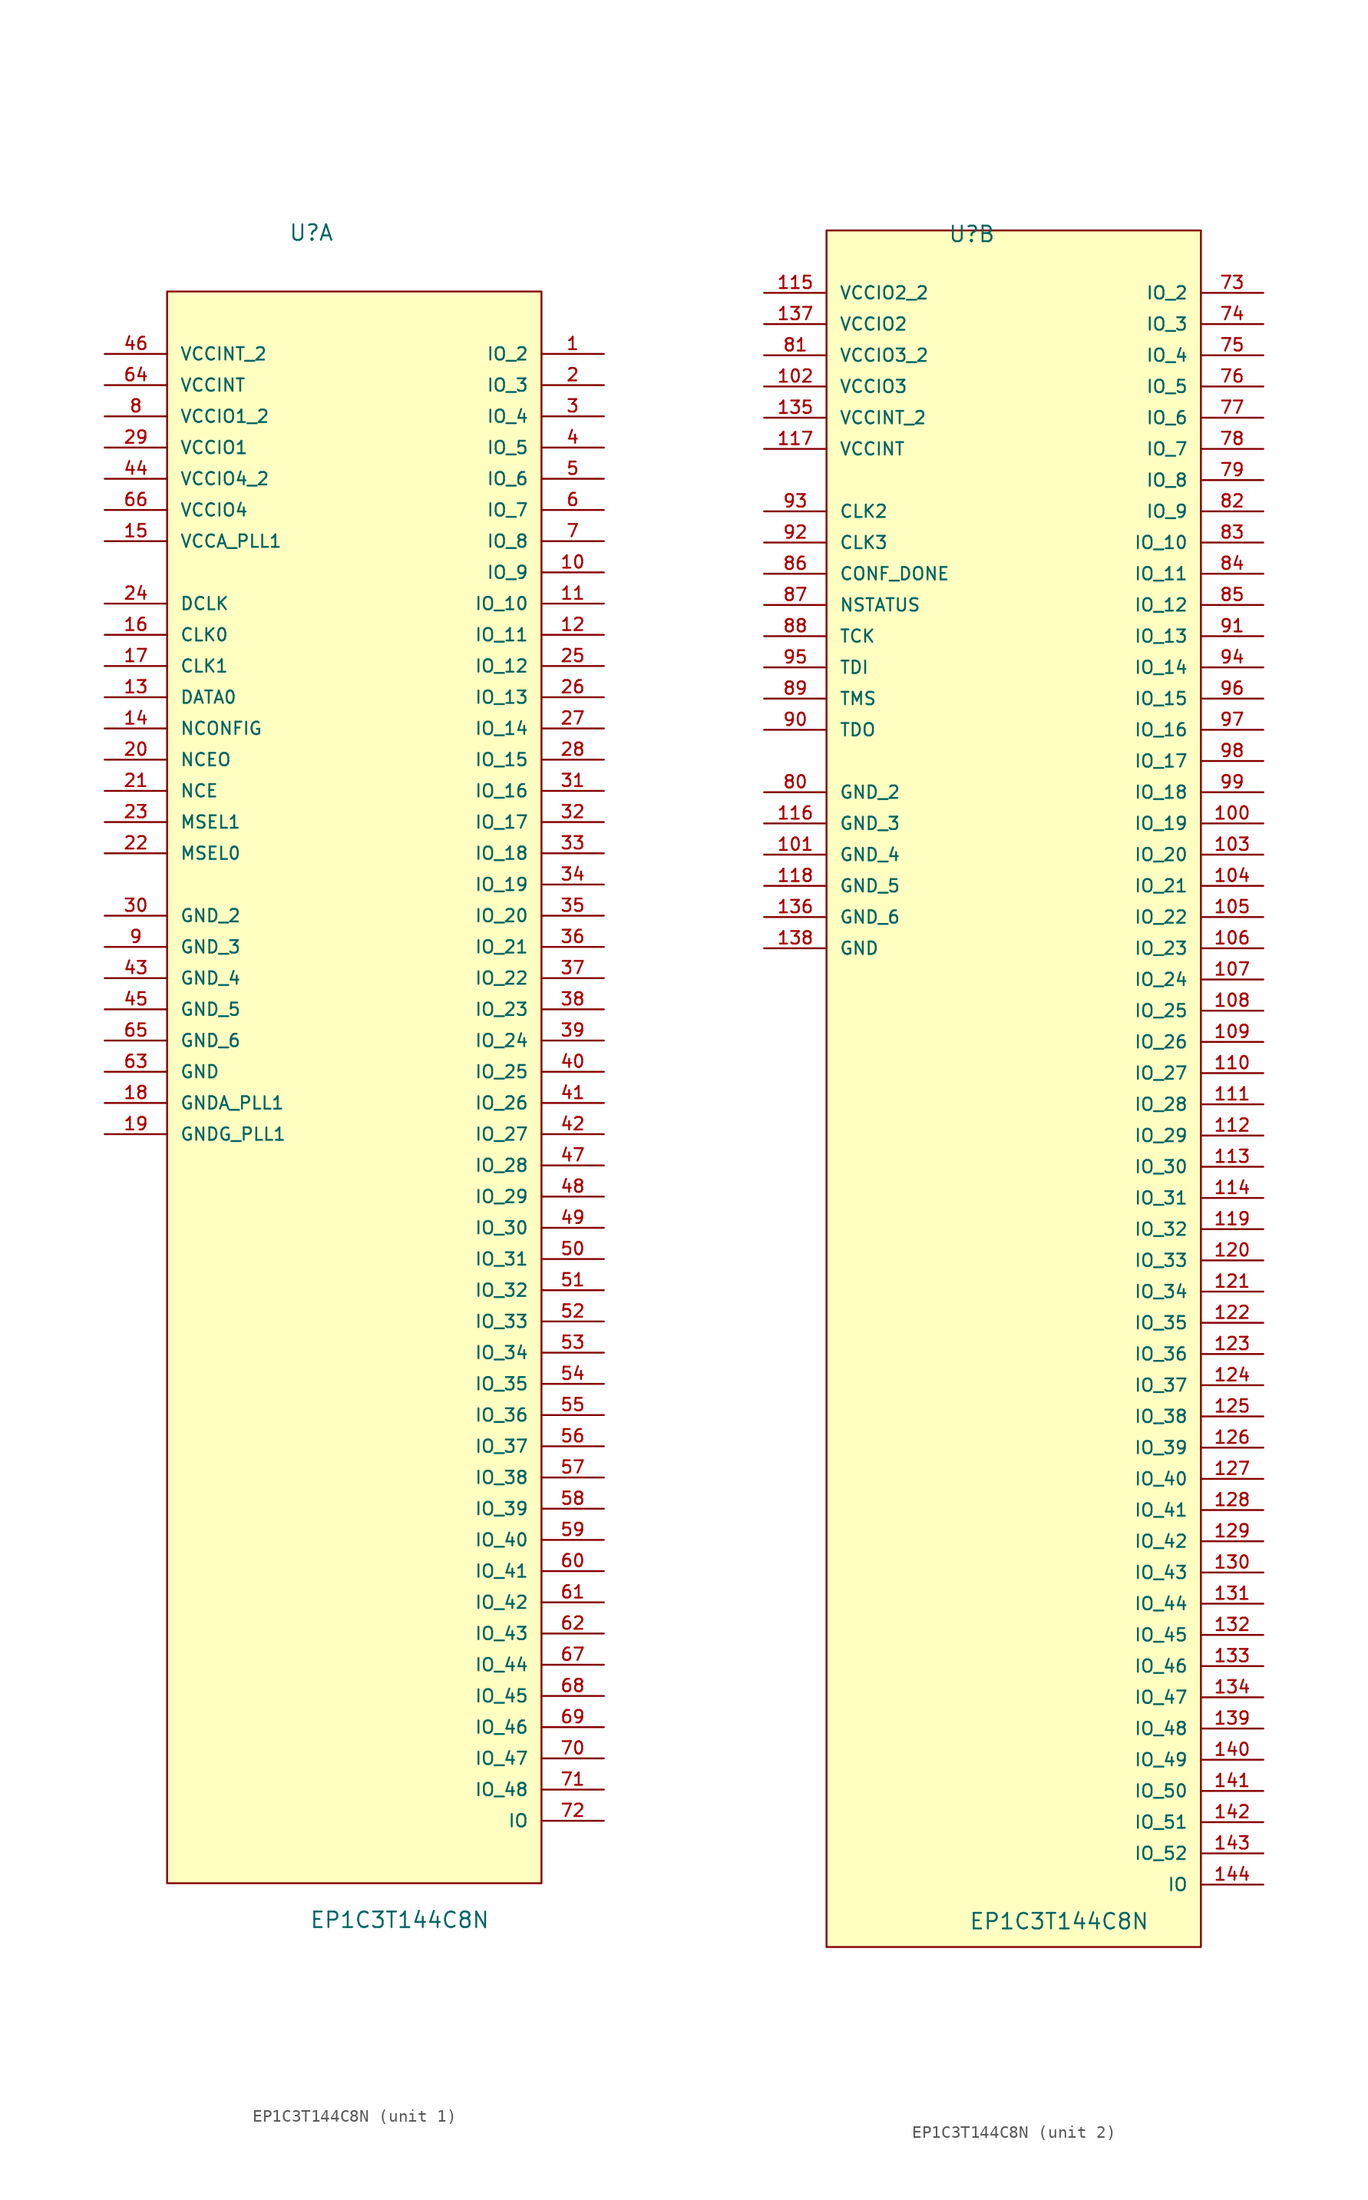
<source format=kicad_sym>
(kicad_symbol_lib
  (version 20211014)
  (generator kicad_symbol_editor)
  (symbol "EP1C3T144C8N"
    (pin_names
      (offset 1.016))
    (property "Reference" "U"
      (at -5.359 64.999 0.0)
      (effects (font (size 1.27 1.27)) (justify bottom left)))
    (property "Value" "EP1C3T144C8N"
      (at -3.658 -72.314 0.0)
      (effects (font (size 1.27 1.27)) (justify bottom left)))
    (symbol "EP1C3T144C8N_1_0"
      (rectangle (start -15.24 -68.58) (end 15.24 60.96) (stroke (width 0.152)) (fill (type background)))
      (pin power_in line (at -20.32 55.88 0) (length 5.08) (name "VCCINT_2" (effects (font (size 1.016 1.016)))) (number "46" (effects (font (size 1.016 1.016)))))
      (pin power_in line (at -20.32 53.34 0) (length 5.08) (name "VCCINT" (effects (font (size 1.016 1.016)))) (number "64" (effects (font (size 1.016 1.016)))))
      (pin power_in line (at -20.32 50.8 0) (length 5.08) (name "VCCIO1_2" (effects (font (size 1.016 1.016)))) (number "8" (effects (font (size 1.016 1.016)))))
      (pin power_in line (at -20.32 48.26 0) (length 5.08) (name "VCCIO1" (effects (font (size 1.016 1.016)))) (number "29" (effects (font (size 1.016 1.016)))))
      (pin power_in line (at -20.32 45.72 0) (length 5.08) (name "VCCIO4_2" (effects (font (size 1.016 1.016)))) (number "44" (effects (font (size 1.016 1.016)))))
      (pin power_in line (at -20.32 43.18 0) (length 5.08) (name "VCCIO4" (effects (font (size 1.016 1.016)))) (number "66" (effects (font (size 1.016 1.016)))))
      (pin power_in line (at -20.32 40.64 0) (length 5.08) (name "VCCA_PLL1" (effects (font (size 1.016 1.016)))) (number "15" (effects (font (size 1.016 1.016)))))
      (pin input line (at -20.32 35.56 0) (length 5.08) (name "DCLK" (effects (font (size 1.016 1.016)))) (number "24" (effects (font (size 1.016 1.016)))))
      (pin input line (at -20.32 33.02 0) (length 5.08) (name "CLK0" (effects (font (size 1.016 1.016)))) (number "16" (effects (font (size 1.016 1.016)))))
      (pin input line (at -20.32 30.48 0) (length 5.08) (name "CLK1" (effects (font (size 1.016 1.016)))) (number "17" (effects (font (size 1.016 1.016)))))
      (pin input line (at -20.32 27.94 0) (length 5.08) (name "DATA0" (effects (font (size 1.016 1.016)))) (number "13" (effects (font (size 1.016 1.016)))))
      (pin input line (at -20.32 25.4 0) (length 5.08) (name "NCONFIG" (effects (font (size 1.016 1.016)))) (number "14" (effects (font (size 1.016 1.016)))))
      (pin input line (at -20.32 22.86 0) (length 5.08) (name "NCEO" (effects (font (size 1.016 1.016)))) (number "20" (effects (font (size 1.016 1.016)))))
      (pin input line (at -20.32 20.32 0) (length 5.08) (name "NCE" (effects (font (size 1.016 1.016)))) (number "21" (effects (font (size 1.016 1.016)))))
      (pin input line (at -20.32 17.78 0) (length 5.08) (name "MSEL1" (effects (font (size 1.016 1.016)))) (number "23" (effects (font (size 1.016 1.016)))))
      (pin input line (at -20.32 15.24 0) (length 5.08) (name "MSEL0" (effects (font (size 1.016 1.016)))) (number "22" (effects (font (size 1.016 1.016)))))
      (pin passive line (at -20.32 10.16 0) (length 5.08) (name "GND_2" (effects (font (size 1.016 1.016)))) (number "30" (effects (font (size 1.016 1.016)))))
      (pin passive line (at -20.32 7.62 0) (length 5.08) (name "GND_3" (effects (font (size 1.016 1.016)))) (number "9" (effects (font (size 1.016 1.016)))))
      (pin passive line (at -20.32 5.08 0) (length 5.08) (name "GND_4" (effects (font (size 1.016 1.016)))) (number "43" (effects (font (size 1.016 1.016)))))
      (pin passive line (at -20.32 2.54 0) (length 5.08) (name "GND_5" (effects (font (size 1.016 1.016)))) (number "45" (effects (font (size 1.016 1.016)))))
      (pin passive line (at -20.32 0.0 0) (length 5.08) (name "GND_6" (effects (font (size 1.016 1.016)))) (number "65" (effects (font (size 1.016 1.016)))))
      (pin passive line (at -20.32 -2.54 0) (length 5.08) (name "GND" (effects (font (size 1.016 1.016)))) (number "63" (effects (font (size 1.016 1.016)))))
      (pin passive line (at -20.32 -5.08 0) (length 5.08) (name "GNDA_PLL1" (effects (font (size 1.016 1.016)))) (number "18" (effects (font (size 1.016 1.016)))))
      (pin passive line (at -20.32 -7.62 0) (length 5.08) (name "GNDG_PLL1" (effects (font (size 1.016 1.016)))) (number "19" (effects (font (size 1.016 1.016)))))
      (pin bidirectional line (at 20.32 55.88 180.0) (length 5.08) (name "IO_2" (effects (font (size 1.016 1.016)))) (number "1" (effects (font (size 1.016 1.016)))))
      (pin bidirectional line (at 20.32 53.34 180.0) (length 5.08) (name "IO_3" (effects (font (size 1.016 1.016)))) (number "2" (effects (font (size 1.016 1.016)))))
      (pin bidirectional line (at 20.32 50.8 180.0) (length 5.08) (name "IO_4" (effects (font (size 1.016 1.016)))) (number "3" (effects (font (size 1.016 1.016)))))
      (pin bidirectional line (at 20.32 48.26 180.0) (length 5.08) (name "IO_5" (effects (font (size 1.016 1.016)))) (number "4" (effects (font (size 1.016 1.016)))))
      (pin bidirectional line (at 20.32 45.72 180.0) (length 5.08) (name "IO_6" (effects (font (size 1.016 1.016)))) (number "5" (effects (font (size 1.016 1.016)))))
      (pin bidirectional line (at 20.32 43.18 180.0) (length 5.08) (name "IO_7" (effects (font (size 1.016 1.016)))) (number "6" (effects (font (size 1.016 1.016)))))
      (pin bidirectional line (at 20.32 40.64 180.0) (length 5.08) (name "IO_8" (effects (font (size 1.016 1.016)))) (number "7" (effects (font (size 1.016 1.016)))))
      (pin bidirectional line (at 20.32 38.1 180.0) (length 5.08) (name "IO_9" (effects (font (size 1.016 1.016)))) (number "10" (effects (font (size 1.016 1.016)))))
      (pin bidirectional line (at 20.32 35.56 180.0) (length 5.08) (name "IO_10" (effects (font (size 1.016 1.016)))) (number "11" (effects (font (size 1.016 1.016)))))
      (pin bidirectional line (at 20.32 33.02 180.0) (length 5.08) (name "IO_11" (effects (font (size 1.016 1.016)))) (number "12" (effects (font (size 1.016 1.016)))))
      (pin bidirectional line (at 20.32 30.48 180.0) (length 5.08) (name "IO_12" (effects (font (size 1.016 1.016)))) (number "25" (effects (font (size 1.016 1.016)))))
      (pin bidirectional line (at 20.32 27.94 180.0) (length 5.08) (name "IO_13" (effects (font (size 1.016 1.016)))) (number "26" (effects (font (size 1.016 1.016)))))
      (pin bidirectional line (at 20.32 25.4 180.0) (length 5.08) (name "IO_14" (effects (font (size 1.016 1.016)))) (number "27" (effects (font (size 1.016 1.016)))))
      (pin bidirectional line (at 20.32 22.86 180.0) (length 5.08) (name "IO_15" (effects (font (size 1.016 1.016)))) (number "28" (effects (font (size 1.016 1.016)))))
      (pin bidirectional line (at 20.32 20.32 180.0) (length 5.08) (name "IO_16" (effects (font (size 1.016 1.016)))) (number "31" (effects (font (size 1.016 1.016)))))
      (pin bidirectional line (at 20.32 17.78 180.0) (length 5.08) (name "IO_17" (effects (font (size 1.016 1.016)))) (number "32" (effects (font (size 1.016 1.016)))))
      (pin bidirectional line (at 20.32 15.24 180.0) (length 5.08) (name "IO_18" (effects (font (size 1.016 1.016)))) (number "33" (effects (font (size 1.016 1.016)))))
      (pin bidirectional line (at 20.32 12.7 180.0) (length 5.08) (name "IO_19" (effects (font (size 1.016 1.016)))) (number "34" (effects (font (size 1.016 1.016)))))
      (pin bidirectional line (at 20.32 10.16 180.0) (length 5.08) (name "IO_20" (effects (font (size 1.016 1.016)))) (number "35" (effects (font (size 1.016 1.016)))))
      (pin bidirectional line (at 20.32 7.62 180.0) (length 5.08) (name "IO_21" (effects (font (size 1.016 1.016)))) (number "36" (effects (font (size 1.016 1.016)))))
      (pin bidirectional line (at 20.32 5.08 180.0) (length 5.08) (name "IO_22" (effects (font (size 1.016 1.016)))) (number "37" (effects (font (size 1.016 1.016)))))
      (pin bidirectional line (at 20.32 2.54 180.0) (length 5.08) (name "IO_23" (effects (font (size 1.016 1.016)))) (number "38" (effects (font (size 1.016 1.016)))))
      (pin bidirectional line (at 20.32 0.0 180.0) (length 5.08) (name "IO_24" (effects (font (size 1.016 1.016)))) (number "39" (effects (font (size 1.016 1.016)))))
      (pin bidirectional line (at 20.32 -2.54 180.0) (length 5.08) (name "IO_25" (effects (font (size 1.016 1.016)))) (number "40" (effects (font (size 1.016 1.016)))))
      (pin bidirectional line (at 20.32 -5.08 180.0) (length 5.08) (name "IO_26" (effects (font (size 1.016 1.016)))) (number "41" (effects (font (size 1.016 1.016)))))
      (pin bidirectional line (at 20.32 -7.62 180.0) (length 5.08) (name "IO_27" (effects (font (size 1.016 1.016)))) (number "42" (effects (font (size 1.016 1.016)))))
      (pin bidirectional line (at 20.32 -10.16 180.0) (length 5.08) (name "IO_28" (effects (font (size 1.016 1.016)))) (number "47" (effects (font (size 1.016 1.016)))))
      (pin bidirectional line (at 20.32 -12.7 180.0) (length 5.08) (name "IO_29" (effects (font (size 1.016 1.016)))) (number "48" (effects (font (size 1.016 1.016)))))
      (pin bidirectional line (at 20.32 -15.24 180.0) (length 5.08) (name "IO_30" (effects (font (size 1.016 1.016)))) (number "49" (effects (font (size 1.016 1.016)))))
      (pin bidirectional line (at 20.32 -17.78 180.0) (length 5.08) (name "IO_31" (effects (font (size 1.016 1.016)))) (number "50" (effects (font (size 1.016 1.016)))))
      (pin bidirectional line (at 20.32 -20.32 180.0) (length 5.08) (name "IO_32" (effects (font (size 1.016 1.016)))) (number "51" (effects (font (size 1.016 1.016)))))
      (pin bidirectional line (at 20.32 -22.86 180.0) (length 5.08) (name "IO_33" (effects (font (size 1.016 1.016)))) (number "52" (effects (font (size 1.016 1.016)))))
      (pin bidirectional line (at 20.32 -25.4 180.0) (length 5.08) (name "IO_34" (effects (font (size 1.016 1.016)))) (number "53" (effects (font (size 1.016 1.016)))))
      (pin bidirectional line (at 20.32 -27.94 180.0) (length 5.08) (name "IO_35" (effects (font (size 1.016 1.016)))) (number "54" (effects (font (size 1.016 1.016)))))
      (pin bidirectional line (at 20.32 -30.48 180.0) (length 5.08) (name "IO_36" (effects (font (size 1.016 1.016)))) (number "55" (effects (font (size 1.016 1.016)))))
      (pin bidirectional line (at 20.32 -33.02 180.0) (length 5.08) (name "IO_37" (effects (font (size 1.016 1.016)))) (number "56" (effects (font (size 1.016 1.016)))))
      (pin bidirectional line (at 20.32 -35.56 180.0) (length 5.08) (name "IO_38" (effects (font (size 1.016 1.016)))) (number "57" (effects (font (size 1.016 1.016)))))
      (pin bidirectional line (at 20.32 -38.1 180.0) (length 5.08) (name "IO_39" (effects (font (size 1.016 1.016)))) (number "58" (effects (font (size 1.016 1.016)))))
      (pin bidirectional line (at 20.32 -40.64 180.0) (length 5.08) (name "IO_40" (effects (font (size 1.016 1.016)))) (number "59" (effects (font (size 1.016 1.016)))))
      (pin bidirectional line (at 20.32 -43.18 180.0) (length 5.08) (name "IO_41" (effects (font (size 1.016 1.016)))) (number "60" (effects (font (size 1.016 1.016)))))
      (pin bidirectional line (at 20.32 -45.72 180.0) (length 5.08) (name "IO_42" (effects (font (size 1.016 1.016)))) (number "61" (effects (font (size 1.016 1.016)))))
      (pin bidirectional line (at 20.32 -48.26 180.0) (length 5.08) (name "IO_43" (effects (font (size 1.016 1.016)))) (number "62" (effects (font (size 1.016 1.016)))))
      (pin bidirectional line (at 20.32 -50.8 180.0) (length 5.08) (name "IO_44" (effects (font (size 1.016 1.016)))) (number "67" (effects (font (size 1.016 1.016)))))
      (pin bidirectional line (at 20.32 -53.34 180.0) (length 5.08) (name "IO_45" (effects (font (size 1.016 1.016)))) (number "68" (effects (font (size 1.016 1.016)))))
      (pin bidirectional line (at 20.32 -55.88 180.0) (length 5.08) (name "IO_46" (effects (font (size 1.016 1.016)))) (number "69" (effects (font (size 1.016 1.016)))))
      (pin bidirectional line (at 20.32 -58.42 180.0) (length 5.08) (name "IO_47" (effects (font (size 1.016 1.016)))) (number "70" (effects (font (size 1.016 1.016)))))
      (pin bidirectional line (at 20.32 -60.96 180.0) (length 5.08) (name "IO_48" (effects (font (size 1.016 1.016)))) (number "71" (effects (font (size 1.016 1.016)))))
      (pin bidirectional line (at 20.32 -63.5 180.0) (length 5.08) (name "IO" (effects (font (size 1.016 1.016)))) (number "72" (effects (font (size 1.016 1.016))))))
    (symbol "EP1C3T144C8N_2_0"
      (rectangle (start -15.24 -73.66) (end 15.24 66.04) (stroke (width 0.152)) (fill (type background)))
      (pin power_in line (at -20.32 60.96 0) (length 5.08) (name "VCCIO2_2" (effects (font (size 1.016 1.016)))) (number "115" (effects (font (size 1.016 1.016)))))
      (pin power_in line (at -20.32 58.42 0) (length 5.08) (name "VCCIO2" (effects (font (size 1.016 1.016)))) (number "137" (effects (font (size 1.016 1.016)))))
      (pin power_in line (at -20.32 55.88 0) (length 5.08) (name "VCCIO3_2" (effects (font (size 1.016 1.016)))) (number "81" (effects (font (size 1.016 1.016)))))
      (pin power_in line (at -20.32 53.34 0) (length 5.08) (name "VCCIO3" (effects (font (size 1.016 1.016)))) (number "102" (effects (font (size 1.016 1.016)))))
      (pin power_in line (at -20.32 50.8 0) (length 5.08) (name "VCCINT_2" (effects (font (size 1.016 1.016)))) (number "135" (effects (font (size 1.016 1.016)))))
      (pin power_in line (at -20.32 48.26 0) (length 5.08) (name "VCCINT" (effects (font (size 1.016 1.016)))) (number "117" (effects (font (size 1.016 1.016)))))
      (pin input line (at -20.32 43.18 0) (length 5.08) (name "CLK2" (effects (font (size 1.016 1.016)))) (number "93" (effects (font (size 1.016 1.016)))))
      (pin input line (at -20.32 40.64 0) (length 5.08) (name "CLK3" (effects (font (size 1.016 1.016)))) (number "92" (effects (font (size 1.016 1.016)))))
      (pin input line (at -20.32 38.1 0) (length 5.08) (name "CONF_DONE" (effects (font (size 1.016 1.016)))) (number "86" (effects (font (size 1.016 1.016)))))
      (pin input line (at -20.32 35.56 0) (length 5.08) (name "NSTATUS" (effects (font (size 1.016 1.016)))) (number "87" (effects (font (size 1.016 1.016)))))
      (pin input line (at -20.32 33.02 0) (length 5.08) (name "TCK" (effects (font (size 1.016 1.016)))) (number "88" (effects (font (size 1.016 1.016)))))
      (pin input line (at -20.32 30.48 0) (length 5.08) (name "TDI" (effects (font (size 1.016 1.016)))) (number "95" (effects (font (size 1.016 1.016)))))
      (pin input line (at -20.32 27.94 0) (length 5.08) (name "TMS" (effects (font (size 1.016 1.016)))) (number "89" (effects (font (size 1.016 1.016)))))
      (pin input line (at -20.32 25.4 0) (length 5.08) (name "TDO" (effects (font (size 1.016 1.016)))) (number "90" (effects (font (size 1.016 1.016)))))
      (pin passive line (at -20.32 20.32 0) (length 5.08) (name "GND_2" (effects (font (size 1.016 1.016)))) (number "80" (effects (font (size 1.016 1.016)))))
      (pin passive line (at -20.32 17.78 0) (length 5.08) (name "GND_3" (effects (font (size 1.016 1.016)))) (number "116" (effects (font (size 1.016 1.016)))))
      (pin passive line (at -20.32 15.24 0) (length 5.08) (name "GND_4" (effects (font (size 1.016 1.016)))) (number "101" (effects (font (size 1.016 1.016)))))
      (pin passive line (at -20.32 12.7 0) (length 5.08) (name "GND_5" (effects (font (size 1.016 1.016)))) (number "118" (effects (font (size 1.016 1.016)))))
      (pin passive line (at -20.32 10.16 0) (length 5.08) (name "GND_6" (effects (font (size 1.016 1.016)))) (number "136" (effects (font (size 1.016 1.016)))))
      (pin passive line (at -20.32 7.62 0) (length 5.08) (name "GND" (effects (font (size 1.016 1.016)))) (number "138" (effects (font (size 1.016 1.016)))))
      (pin bidirectional line (at 20.32 60.96 180.0) (length 5.08) (name "IO_2" (effects (font (size 1.016 1.016)))) (number "73" (effects (font (size 1.016 1.016)))))
      (pin bidirectional line (at 20.32 58.42 180.0) (length 5.08) (name "IO_3" (effects (font (size 1.016 1.016)))) (number "74" (effects (font (size 1.016 1.016)))))
      (pin bidirectional line (at 20.32 55.88 180.0) (length 5.08) (name "IO_4" (effects (font (size 1.016 1.016)))) (number "75" (effects (font (size 1.016 1.016)))))
      (pin bidirectional line (at 20.32 53.34 180.0) (length 5.08) (name "IO_5" (effects (font (size 1.016 1.016)))) (number "76" (effects (font (size 1.016 1.016)))))
      (pin bidirectional line (at 20.32 50.8 180.0) (length 5.08) (name "IO_6" (effects (font (size 1.016 1.016)))) (number "77" (effects (font (size 1.016 1.016)))))
      (pin bidirectional line (at 20.32 48.26 180.0) (length 5.08) (name "IO_7" (effects (font (size 1.016 1.016)))) (number "78" (effects (font (size 1.016 1.016)))))
      (pin bidirectional line (at 20.32 45.72 180.0) (length 5.08) (name "IO_8" (effects (font (size 1.016 1.016)))) (number "79" (effects (font (size 1.016 1.016)))))
      (pin bidirectional line (at 20.32 43.18 180.0) (length 5.08) (name "IO_9" (effects (font (size 1.016 1.016)))) (number "82" (effects (font (size 1.016 1.016)))))
      (pin bidirectional line (at 20.32 40.64 180.0) (length 5.08) (name "IO_10" (effects (font (size 1.016 1.016)))) (number "83" (effects (font (size 1.016 1.016)))))
      (pin bidirectional line (at 20.32 38.1 180.0) (length 5.08) (name "IO_11" (effects (font (size 1.016 1.016)))) (number "84" (effects (font (size 1.016 1.016)))))
      (pin bidirectional line (at 20.32 35.56 180.0) (length 5.08) (name "IO_12" (effects (font (size 1.016 1.016)))) (number "85" (effects (font (size 1.016 1.016)))))
      (pin bidirectional line (at 20.32 33.02 180.0) (length 5.08) (name "IO_13" (effects (font (size 1.016 1.016)))) (number "91" (effects (font (size 1.016 1.016)))))
      (pin bidirectional line (at 20.32 30.48 180.0) (length 5.08) (name "IO_14" (effects (font (size 1.016 1.016)))) (number "94" (effects (font (size 1.016 1.016)))))
      (pin bidirectional line (at 20.32 27.94 180.0) (length 5.08) (name "IO_15" (effects (font (size 1.016 1.016)))) (number "96" (effects (font (size 1.016 1.016)))))
      (pin bidirectional line (at 20.32 25.4 180.0) (length 5.08) (name "IO_16" (effects (font (size 1.016 1.016)))) (number "97" (effects (font (size 1.016 1.016)))))
      (pin bidirectional line (at 20.32 22.86 180.0) (length 5.08) (name "IO_17" (effects (font (size 1.016 1.016)))) (number "98" (effects (font (size 1.016 1.016)))))
      (pin bidirectional line (at 20.32 20.32 180.0) (length 5.08) (name "IO_18" (effects (font (size 1.016 1.016)))) (number "99" (effects (font (size 1.016 1.016)))))
      (pin bidirectional line (at 20.32 17.78 180.0) (length 5.08) (name "IO_19" (effects (font (size 1.016 1.016)))) (number "100" (effects (font (size 1.016 1.016)))))
      (pin bidirectional line (at 20.32 15.24 180.0) (length 5.08) (name "IO_20" (effects (font (size 1.016 1.016)))) (number "103" (effects (font (size 1.016 1.016)))))
      (pin bidirectional line (at 20.32 12.7 180.0) (length 5.08) (name "IO_21" (effects (font (size 1.016 1.016)))) (number "104" (effects (font (size 1.016 1.016)))))
      (pin bidirectional line (at 20.32 10.16 180.0) (length 5.08) (name "IO_22" (effects (font (size 1.016 1.016)))) (number "105" (effects (font (size 1.016 1.016)))))
      (pin bidirectional line (at 20.32 7.62 180.0) (length 5.08) (name "IO_23" (effects (font (size 1.016 1.016)))) (number "106" (effects (font (size 1.016 1.016)))))
      (pin bidirectional line (at 20.32 5.08 180.0) (length 5.08) (name "IO_24" (effects (font (size 1.016 1.016)))) (number "107" (effects (font (size 1.016 1.016)))))
      (pin bidirectional line (at 20.32 2.54 180.0) (length 5.08) (name "IO_25" (effects (font (size 1.016 1.016)))) (number "108" (effects (font (size 1.016 1.016)))))
      (pin bidirectional line (at 20.32 0.0 180.0) (length 5.08) (name "IO_26" (effects (font (size 1.016 1.016)))) (number "109" (effects (font (size 1.016 1.016)))))
      (pin bidirectional line (at 20.32 -2.54 180.0) (length 5.08) (name "IO_27" (effects (font (size 1.016 1.016)))) (number "110" (effects (font (size 1.016 1.016)))))
      (pin bidirectional line (at 20.32 -5.08 180.0) (length 5.08) (name "IO_28" (effects (font (size 1.016 1.016)))) (number "111" (effects (font (size 1.016 1.016)))))
      (pin bidirectional line (at 20.32 -7.62 180.0) (length 5.08) (name "IO_29" (effects (font (size 1.016 1.016)))) (number "112" (effects (font (size 1.016 1.016)))))
      (pin bidirectional line (at 20.32 -10.16 180.0) (length 5.08) (name "IO_30" (effects (font (size 1.016 1.016)))) (number "113" (effects (font (size 1.016 1.016)))))
      (pin bidirectional line (at 20.32 -12.7 180.0) (length 5.08) (name "IO_31" (effects (font (size 1.016 1.016)))) (number "114" (effects (font (size 1.016 1.016)))))
      (pin bidirectional line (at 20.32 -15.24 180.0) (length 5.08) (name "IO_32" (effects (font (size 1.016 1.016)))) (number "119" (effects (font (size 1.016 1.016)))))
      (pin bidirectional line (at 20.32 -17.78 180.0) (length 5.08) (name "IO_33" (effects (font (size 1.016 1.016)))) (number "120" (effects (font (size 1.016 1.016)))))
      (pin bidirectional line (at 20.32 -20.32 180.0) (length 5.08) (name "IO_34" (effects (font (size 1.016 1.016)))) (number "121" (effects (font (size 1.016 1.016)))))
      (pin bidirectional line (at 20.32 -22.86 180.0) (length 5.08) (name "IO_35" (effects (font (size 1.016 1.016)))) (number "122" (effects (font (size 1.016 1.016)))))
      (pin bidirectional line (at 20.32 -25.4 180.0) (length 5.08) (name "IO_36" (effects (font (size 1.016 1.016)))) (number "123" (effects (font (size 1.016 1.016)))))
      (pin bidirectional line (at 20.32 -27.94 180.0) (length 5.08) (name "IO_37" (effects (font (size 1.016 1.016)))) (number "124" (effects (font (size 1.016 1.016)))))
      (pin bidirectional line (at 20.32 -30.48 180.0) (length 5.08) (name "IO_38" (effects (font (size 1.016 1.016)))) (number "125" (effects (font (size 1.016 1.016)))))
      (pin bidirectional line (at 20.32 -33.02 180.0) (length 5.08) (name "IO_39" (effects (font (size 1.016 1.016)))) (number "126" (effects (font (size 1.016 1.016)))))
      (pin bidirectional line (at 20.32 -35.56 180.0) (length 5.08) (name "IO_40" (effects (font (size 1.016 1.016)))) (number "127" (effects (font (size 1.016 1.016)))))
      (pin bidirectional line (at 20.32 -38.1 180.0) (length 5.08) (name "IO_41" (effects (font (size 1.016 1.016)))) (number "128" (effects (font (size 1.016 1.016)))))
      (pin bidirectional line (at 20.32 -40.64 180.0) (length 5.08) (name "IO_42" (effects (font (size 1.016 1.016)))) (number "129" (effects (font (size 1.016 1.016)))))
      (pin bidirectional line (at 20.32 -43.18 180.0) (length 5.08) (name "IO_43" (effects (font (size 1.016 1.016)))) (number "130" (effects (font (size 1.016 1.016)))))
      (pin bidirectional line (at 20.32 -45.72 180.0) (length 5.08) (name "IO_44" (effects (font (size 1.016 1.016)))) (number "131" (effects (font (size 1.016 1.016)))))
      (pin bidirectional line (at 20.32 -48.26 180.0) (length 5.08) (name "IO_45" (effects (font (size 1.016 1.016)))) (number "132" (effects (font (size 1.016 1.016)))))
      (pin bidirectional line (at 20.32 -50.8 180.0) (length 5.08) (name "IO_46" (effects (font (size 1.016 1.016)))) (number "133" (effects (font (size 1.016 1.016)))))
      (pin bidirectional line (at 20.32 -53.34 180.0) (length 5.08) (name "IO_47" (effects (font (size 1.016 1.016)))) (number "134" (effects (font (size 1.016 1.016)))))
      (pin bidirectional line (at 20.32 -55.88 180.0) (length 5.08) (name "IO_48" (effects (font (size 1.016 1.016)))) (number "139" (effects (font (size 1.016 1.016)))))
      (pin bidirectional line (at 20.32 -58.42 180.0) (length 5.08) (name "IO_49" (effects (font (size 1.016 1.016)))) (number "140" (effects (font (size 1.016 1.016)))))
      (pin bidirectional line (at 20.32 -60.96 180.0) (length 5.08) (name "IO_50" (effects (font (size 1.016 1.016)))) (number "141" (effects (font (size 1.016 1.016)))))
      (pin bidirectional line (at 20.32 -63.5 180.0) (length 5.08) (name "IO_51" (effects (font (size 1.016 1.016)))) (number "142" (effects (font (size 1.016 1.016)))))
      (pin bidirectional line (at 20.32 -66.04 180.0) (length 5.08) (name "IO_52" (effects (font (size 1.016 1.016)))) (number "143" (effects (font (size 1.016 1.016)))))
      (pin bidirectional line (at 20.32 -68.58 180.0) (length 5.08) (name "IO" (effects (font (size 1.016 1.016)))) (number "144" (effects (font (size 1.016 1.016))))))))
</source>
